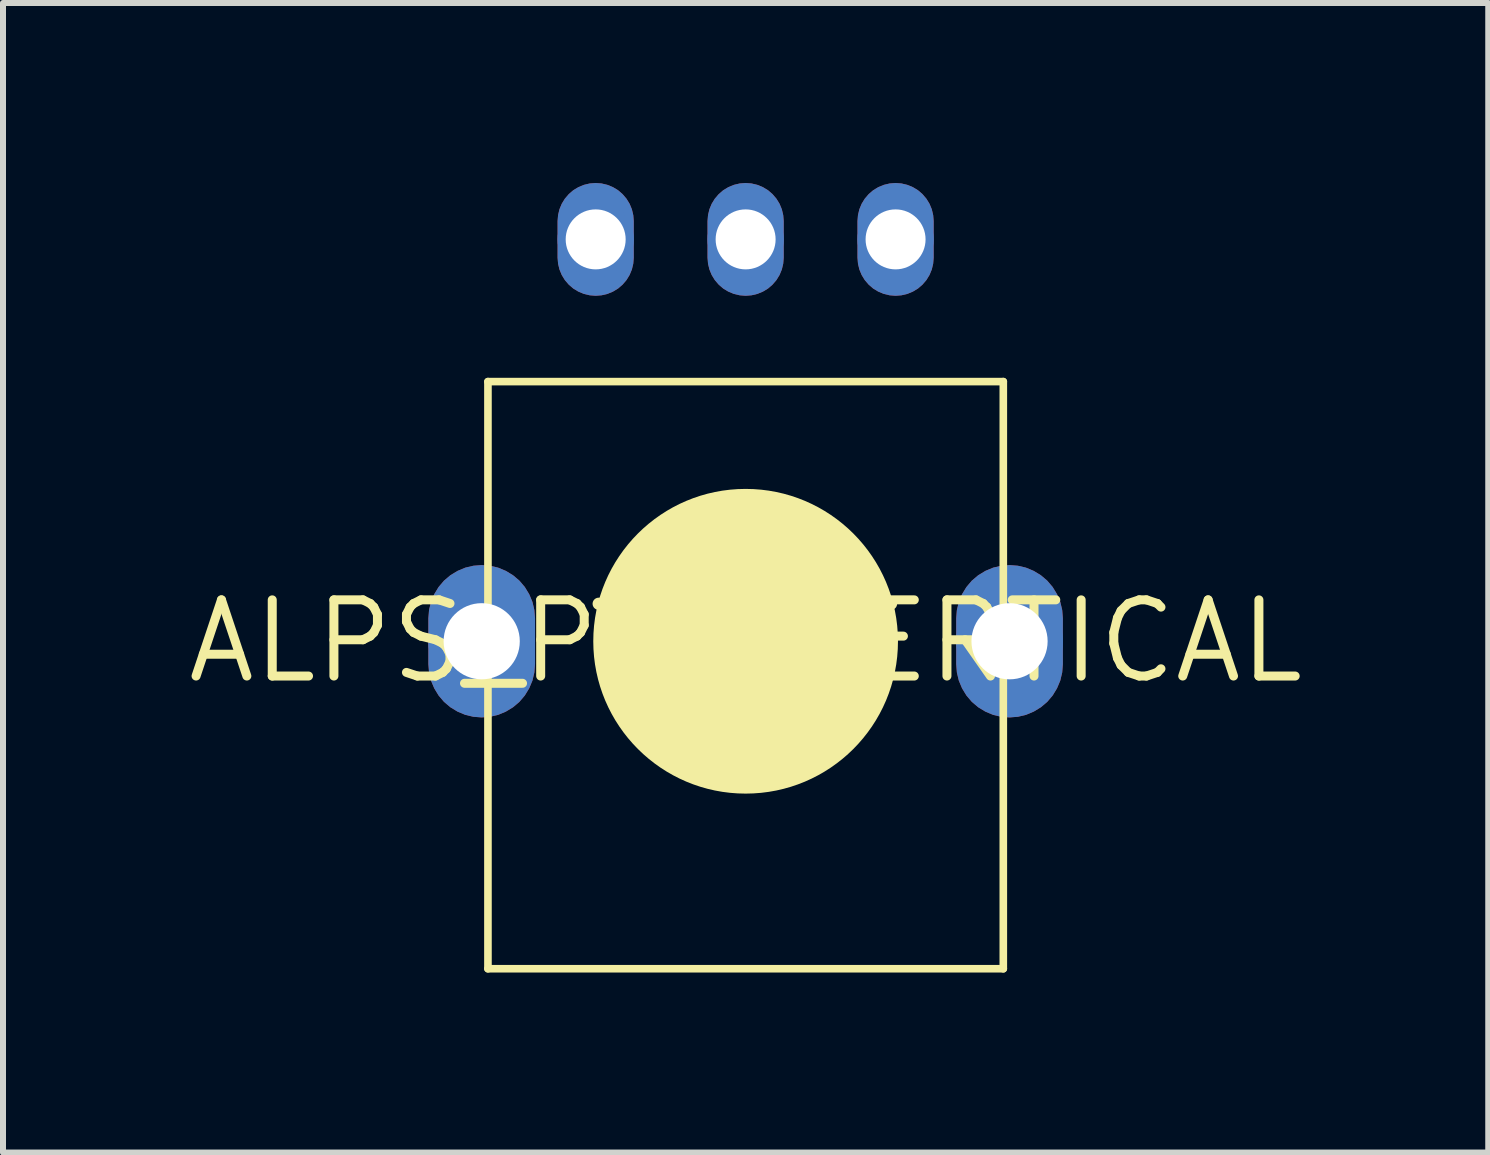
<source format=kicad_pcb>
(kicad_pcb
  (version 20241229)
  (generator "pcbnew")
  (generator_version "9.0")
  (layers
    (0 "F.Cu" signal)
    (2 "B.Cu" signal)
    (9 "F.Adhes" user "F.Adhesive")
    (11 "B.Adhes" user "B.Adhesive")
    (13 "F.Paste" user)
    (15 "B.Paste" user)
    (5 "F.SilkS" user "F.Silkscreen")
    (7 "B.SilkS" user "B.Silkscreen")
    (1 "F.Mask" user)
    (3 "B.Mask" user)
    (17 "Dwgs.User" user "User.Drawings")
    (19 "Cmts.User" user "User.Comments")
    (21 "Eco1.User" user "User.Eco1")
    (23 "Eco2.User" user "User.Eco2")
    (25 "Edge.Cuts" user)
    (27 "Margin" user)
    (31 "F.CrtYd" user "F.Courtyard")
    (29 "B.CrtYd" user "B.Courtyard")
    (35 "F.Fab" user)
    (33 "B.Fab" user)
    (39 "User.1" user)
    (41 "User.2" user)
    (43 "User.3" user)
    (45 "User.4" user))
  (footprint "ALPS_POT_VERTICAL"
    (layer "F.Cu")
    (at 9.381 7.641)
    (property "Reference" "ALPS_POT_VERTICAL" (at 0 0 0) (layer "F.SilkS") (effects (font (size 1.27 1.27) (thickness 0.15))))
    (fp_poly (pts (xy -4.261 -1.259) (xy -4.126 -1.227) (xy -3.997 -1.173) (xy -3.877 -1.1) (xy -3.771 -1.01) (xy -3.681 -0.904) (xy -3.608 -0.784) (xy -3.554 -0.655) (xy -3.522 -0.52) (xy -3.511 -0.381) (xy -3.511 0.381) (xy -3.522 0.52) (xy -3.554 0.655) (xy -3.608 0.784) (xy -3.681 0.904) (xy -3.771 1.01) (xy -3.877 1.1) (xy -3.997 1.173) (xy -4.126 1.227) (xy -4.261 1.259) (xy -4.4 1.27) (xy -4.539 1.259) (xy -4.674 1.227) (xy -4.803 1.173) (xy -4.923 1.1) (xy -5.029 1.01) (xy -5.119 0.904) (xy -5.192 0.784) (xy -5.246 0.655) (xy -5.278 0.52) (xy -5.289 0.381) (xy -5.289 -0.381) (xy -5.278 -0.52) (xy -5.246 -0.655) (xy -5.192 -0.784) (xy -5.119 -0.904) (xy -5.029 -1.01) (xy -4.923 -1.1) (xy -4.803 -1.173) (xy -4.674 -1.227) (xy -4.539 -1.259) (xy -4.4 -1.27)) (stroke (width 0) (type default)) (fill yes) (layer "F.Cu"))
    (fp_poly (pts (xy -2.401 -7.632) (xy -2.304 -7.609) (xy -2.212 -7.571) (xy -2.126 -7.519) (xy -2.051 -7.454) (xy -1.986 -7.378) (xy -1.934 -7.293) (xy -1.896 -7.201) (xy -1.873 -7.104) (xy -1.865 -7.005) (xy -1.865 -6.395) (xy -1.873 -6.296) (xy -1.896 -6.199) (xy -1.934 -6.107) (xy -1.986 -6.022) (xy -2.051 -5.946) (xy -2.126 -5.881) (xy -2.212 -5.829) (xy -2.304 -5.791) (xy -2.401 -5.768) (xy -2.5 -5.76) (xy -2.599 -5.768) (xy -2.696 -5.791) (xy -2.788 -5.829) (xy -2.874 -5.881) (xy -2.949 -5.946) (xy -3.014 -6.022) (xy -3.066 -6.107) (xy -3.104 -6.199) (xy -3.127 -6.296) (xy -3.135 -6.395) (xy -3.135 -7.005) (xy -3.127 -7.104) (xy -3.104 -7.201) (xy -3.066 -7.293) (xy -3.014 -7.378) (xy -2.949 -7.454) (xy -2.874 -7.519) (xy -2.788 -7.571) (xy -2.696 -7.609) (xy -2.599 -7.632) (xy -2.5 -7.64)) (stroke (width 0) (type default)) (fill yes) (layer "F.Cu"))
    (fp_poly (pts (xy 0.099 -7.632) (xy 0.196 -7.609) (xy 0.288 -7.571) (xy 0.374 -7.519) (xy 0.449 -7.454) (xy 0.514 -7.378) (xy 0.566 -7.293) (xy 0.604 -7.201) (xy 0.627 -7.104) (xy 0.635 -7.005) (xy 0.635 -6.395) (xy 0.627 -6.296) (xy 0.604 -6.199) (xy 0.566 -6.107) (xy 0.514 -6.022) (xy 0.449 -5.946) (xy 0.374 -5.881) (xy 0.288 -5.829) (xy 0.196 -5.791) (xy 0.099 -5.768) (xy 0 -5.76) (xy -0.099 -5.768) (xy -0.196 -5.791) (xy -0.288 -5.829) (xy -0.374 -5.881) (xy -0.449 -5.946) (xy -0.514 -6.022) (xy -0.566 -6.107) (xy -0.604 -6.199) (xy -0.627 -6.296) (xy -0.635 -6.395) (xy -0.635 -7.005) (xy -0.627 -7.104) (xy -0.604 -7.201) (xy -0.566 -7.293) (xy -0.514 -7.378) (xy -0.449 -7.454) (xy -0.374 -7.519) (xy -0.288 -7.571) (xy -0.196 -7.609) (xy -0.099 -7.632) (xy 0 -7.64)) (stroke (width 0) (type default)) (fill yes) (layer "F.Cu"))
    (fp_poly (pts (xy 2.599 -7.632) (xy 2.696 -7.609) (xy 2.788 -7.571) (xy 2.874 -7.519) (xy 2.949 -7.454) (xy 3.014 -7.378) (xy 3.066 -7.293) (xy 3.104 -7.201) (xy 3.127 -7.104) (xy 3.135 -7.005) (xy 3.135 -6.395) (xy 3.127 -6.296) (xy 3.104 -6.199) (xy 3.066 -6.107) (xy 3.014 -6.022) (xy 2.949 -5.946) (xy 2.874 -5.881) (xy 2.788 -5.829) (xy 2.696 -5.791) (xy 2.599 -5.768) (xy 2.5 -5.76) (xy 2.401 -5.768) (xy 2.304 -5.791) (xy 2.212 -5.829) (xy 2.126 -5.881) (xy 2.051 -5.946) (xy 1.986 -6.022) (xy 1.934 -6.107) (xy 1.896 -6.199) (xy 1.873 -6.296) (xy 1.865 -6.395) (xy 1.865 -7.005) (xy 1.873 -7.104) (xy 1.896 -7.201) (xy 1.934 -7.293) (xy 1.986 -7.378) (xy 2.051 -7.454) (xy 2.126 -7.519) (xy 2.212 -7.571) (xy 2.304 -7.609) (xy 2.401 -7.632) (xy 2.5 -7.64)) (stroke (width 0) (type default)) (fill yes) (layer "F.Cu"))
    (fp_poly (pts (xy 4.539 -1.259) (xy 4.674 -1.227) (xy 4.803 -1.173) (xy 4.923 -1.1) (xy 5.029 -1.01) (xy 5.119 -0.904) (xy 5.192 -0.784) (xy 5.246 -0.655) (xy 5.278 -0.52) (xy 5.289 -0.381) (xy 5.289 0.381) (xy 5.278 0.52) (xy 5.246 0.655) (xy 5.192 0.784) (xy 5.119 0.904) (xy 5.029 1.01) (xy 4.923 1.1) (xy 4.803 1.173) (xy 4.674 1.227) (xy 4.539 1.259) (xy 4.4 1.27) (xy 4.261 1.259) (xy 4.126 1.227) (xy 3.997 1.173) (xy 3.877 1.1) (xy 3.771 1.01) (xy 3.681 0.904) (xy 3.608 0.784) (xy 3.554 0.655) (xy 3.522 0.52) (xy 3.511 0.381) (xy 3.511 -0.381) (xy 3.522 -0.52) (xy 3.554 -0.655) (xy 3.608 -0.784) (xy 3.681 -0.904) (xy 3.771 -1.01) (xy 3.877 -1.1) (xy 3.997 -1.173) (xy 4.126 -1.227) (xy 4.261 -1.259) (xy 4.4 -1.27)) (stroke (width 0) (type default)) (fill yes) (layer "F.Cu"))
    (fp_poly (pts (xy -4.261 -1.26) (xy -4.125 -1.227) (xy -3.996 -1.174) (xy -3.876 -1.101) (xy -3.77 -1.011) (xy -3.68 -0.905) (xy -3.607 -0.785) (xy -3.554 -0.656) (xy -3.521 -0.52) (xy -3.51 -0.381) (xy -3.51 0.381) (xy -3.521 0.52) (xy -3.554 0.656) (xy -3.607 0.785) (xy -3.68 0.905) (xy -3.77 1.011) (xy -3.876 1.101) (xy -3.996 1.174) (xy -4.125 1.227) (xy -4.261 1.26) (xy -4.4 1.271) (xy -4.539 1.26) (xy -4.675 1.227) (xy -4.804 1.174) (xy -4.924 1.101) (xy -5.03 1.011) (xy -5.12 0.905) (xy -5.193 0.785) (xy -5.246 0.656) (xy -5.279 0.52) (xy -5.29 0.381) (xy -5.29 -0.381) (xy -5.279 -0.52) (xy -5.246 -0.656) (xy -5.193 -0.785) (xy -5.12 -0.905) (xy -5.03 -1.011) (xy -4.924 -1.101) (xy -4.804 -1.174) (xy -4.675 -1.227) (xy -4.539 -1.26) (xy -4.4 -1.271)) (stroke (width 0) (type default)) (fill yes) (layer "F.Mask"))
    (fp_poly (pts (xy -2.401 -7.633) (xy -2.304 -7.61) (xy -2.212 -7.572) (xy -2.126 -7.52) (xy -2.05 -7.455) (xy -1.985 -7.379) (xy -1.933 -7.293) (xy -1.895 -7.201) (xy -1.872 -7.104) (xy -1.864 -7.005) (xy -1.864 -6.395) (xy -1.872 -6.296) (xy -1.895 -6.199) (xy -1.933 -6.107) (xy -1.985 -6.021) (xy -2.05 -5.945) (xy -2.126 -5.88) (xy -2.212 -5.828) (xy -2.304 -5.79) (xy -2.401 -5.767) (xy -2.5 -5.759) (xy -2.599 -5.767) (xy -2.696 -5.79) (xy -2.788 -5.828) (xy -2.874 -5.88) (xy -2.95 -5.945) (xy -3.015 -6.021) (xy -3.067 -6.107) (xy -3.105 -6.199) (xy -3.128 -6.296) (xy -3.136 -6.395) (xy -3.136 -7.005) (xy -3.128 -7.104) (xy -3.105 -7.201) (xy -3.067 -7.293) (xy -3.015 -7.379) (xy -2.95 -7.455) (xy -2.874 -7.52) (xy -2.788 -7.572) (xy -2.696 -7.61) (xy -2.599 -7.633) (xy -2.5 -7.641)) (stroke (width 0) (type default)) (fill yes) (layer "F.Mask"))
    (fp_poly (pts (xy 0.099 -7.633) (xy 0.196 -7.61) (xy 0.288 -7.572) (xy 0.374 -7.52) (xy 0.45 -7.455) (xy 0.515 -7.379) (xy 0.567 -7.293) (xy 0.605 -7.201) (xy 0.628 -7.104) (xy 0.636 -7.005) (xy 0.636 -6.395) (xy 0.628 -6.296) (xy 0.605 -6.199) (xy 0.567 -6.107) (xy 0.515 -6.021) (xy 0.45 -5.945) (xy 0.374 -5.88) (xy 0.288 -5.828) (xy 0.196 -5.79) (xy 0.099 -5.767) (xy 0 -5.759) (xy -0.099 -5.767) (xy -0.196 -5.79) (xy -0.288 -5.828) (xy -0.374 -5.88) (xy -0.45 -5.945) (xy -0.515 -6.021) (xy -0.567 -6.107) (xy -0.605 -6.199) (xy -0.628 -6.296) (xy -0.636 -6.395) (xy -0.636 -7.005) (xy -0.628 -7.104) (xy -0.605 -7.201) (xy -0.567 -7.293) (xy -0.515 -7.379) (xy -0.45 -7.455) (xy -0.374 -7.52) (xy -0.288 -7.572) (xy -0.196 -7.61) (xy -0.099 -7.633) (xy 0 -7.641)) (stroke (width 0) (type default)) (fill yes) (layer "F.Mask"))
    (fp_poly (pts (xy 2.599 -7.633) (xy 2.696 -7.61) (xy 2.788 -7.572) (xy 2.874 -7.52) (xy 2.95 -7.455) (xy 3.015 -7.379) (xy 3.067 -7.293) (xy 3.105 -7.201) (xy 3.128 -7.104) (xy 3.136 -7.005) (xy 3.136 -6.395) (xy 3.128 -6.296) (xy 3.105 -6.199) (xy 3.067 -6.107) (xy 3.015 -6.021) (xy 2.95 -5.945) (xy 2.874 -5.88) (xy 2.788 -5.828) (xy 2.696 -5.79) (xy 2.599 -5.767) (xy 2.5 -5.759) (xy 2.401 -5.767) (xy 2.304 -5.79) (xy 2.212 -5.828) (xy 2.126 -5.88) (xy 2.05 -5.945) (xy 1.985 -6.021) (xy 1.933 -6.107) (xy 1.895 -6.199) (xy 1.872 -6.296) (xy 1.864 -6.395) (xy 1.864 -7.005) (xy 1.872 -7.104) (xy 1.895 -7.201) (xy 1.933 -7.293) (xy 1.985 -7.379) (xy 2.05 -7.455) (xy 2.126 -7.52) (xy 2.212 -7.572) (xy 2.304 -7.61) (xy 2.401 -7.633) (xy 2.5 -7.641)) (stroke (width 0) (type default)) (fill yes) (layer "F.Mask"))
    (fp_poly (pts (xy 4.539 -1.26) (xy 4.675 -1.227) (xy 4.804 -1.174) (xy 4.924 -1.101) (xy 5.03 -1.011) (xy 5.12 -0.905) (xy 5.193 -0.785) (xy 5.246 -0.656) (xy 5.279 -0.52) (xy 5.29 -0.381) (xy 5.29 0.381) (xy 5.279 0.52) (xy 5.246 0.656) (xy 5.193 0.785) (xy 5.12 0.905) (xy 5.03 1.011) (xy 4.924 1.101) (xy 4.804 1.174) (xy 4.675 1.227) (xy 4.539 1.26) (xy 4.4 1.271) (xy 4.261 1.26) (xy 4.125 1.227) (xy 3.996 1.174) (xy 3.876 1.101) (xy 3.77 1.011) (xy 3.68 0.905) (xy 3.607 0.785) (xy 3.554 0.656) (xy 3.521 0.52) (xy 3.51 0.381) (xy 3.51 -0.381) (xy 3.521 -0.52) (xy 3.554 -0.656) (xy 3.607 -0.785) (xy 3.68 -0.905) (xy 3.77 -1.011) (xy 3.876 -1.101) (xy 3.996 -1.174) (xy 4.125 -1.227) (xy 4.261 -1.26) (xy 4.4 -1.271)) (stroke (width 0) (type default)) (fill yes) (layer "F.Mask"))
    (fp_poly (pts (xy -4.261 -1.259) (xy -4.126 -1.227) (xy -3.997 -1.173) (xy -3.877 -1.1) (xy -3.771 -1.01) (xy -3.681 -0.904) (xy -3.608 -0.784) (xy -3.554 -0.655) (xy -3.522 -0.52) (xy -3.511 -0.381) (xy -3.511 0.381) (xy -3.522 0.52) (xy -3.554 0.655) (xy -3.608 0.784) (xy -3.681 0.904) (xy -3.771 1.01) (xy -3.877 1.1) (xy -3.997 1.173) (xy -4.126 1.227) (xy -4.261 1.259) (xy -4.4 1.27) (xy -4.539 1.259) (xy -4.674 1.227) (xy -4.803 1.173) (xy -4.923 1.1) (xy -5.029 1.01) (xy -5.119 0.904) (xy -5.192 0.784) (xy -5.246 0.655) (xy -5.278 0.52) (xy -5.289 0.381) (xy -5.289 -0.381) (xy -5.278 -0.52) (xy -5.246 -0.655) (xy -5.192 -0.784) (xy -5.119 -0.904) (xy -5.029 -1.01) (xy -4.923 -1.1) (xy -4.803 -1.173) (xy -4.674 -1.227) (xy -4.539 -1.259) (xy -4.4 -1.27)) (stroke (width 0) (type default)) (fill yes) (layer "B.Cu"))
    (fp_poly (pts (xy -2.401 -7.632) (xy -2.304 -7.609) (xy -2.212 -7.571) (xy -2.126 -7.519) (xy -2.051 -7.454) (xy -1.986 -7.378) (xy -1.934 -7.293) (xy -1.896 -7.201) (xy -1.873 -7.104) (xy -1.865 -7.005) (xy -1.865 -6.395) (xy -1.873 -6.296) (xy -1.896 -6.199) (xy -1.934 -6.107) (xy -1.986 -6.022) (xy -2.051 -5.946) (xy -2.126 -5.881) (xy -2.212 -5.829) (xy -2.304 -5.791) (xy -2.401 -5.768) (xy -2.5 -5.76) (xy -2.599 -5.768) (xy -2.696 -5.791) (xy -2.788 -5.829) (xy -2.874 -5.881) (xy -2.949 -5.946) (xy -3.014 -6.022) (xy -3.066 -6.107) (xy -3.104 -6.199) (xy -3.127 -6.296) (xy -3.135 -6.395) (xy -3.135 -7.005) (xy -3.127 -7.104) (xy -3.104 -7.201) (xy -3.066 -7.293) (xy -3.014 -7.378) (xy -2.949 -7.454) (xy -2.874 -7.519) (xy -2.788 -7.571) (xy -2.696 -7.609) (xy -2.599 -7.632) (xy -2.5 -7.64)) (stroke (width 0) (type default)) (fill yes) (layer "B.Cu"))
    (fp_poly (pts (xy 0.099 -7.632) (xy 0.196 -7.609) (xy 0.288 -7.571) (xy 0.374 -7.519) (xy 0.449 -7.454) (xy 0.514 -7.378) (xy 0.566 -7.293) (xy 0.604 -7.201) (xy 0.627 -7.104) (xy 0.635 -7.005) (xy 0.635 -6.395) (xy 0.627 -6.296) (xy 0.604 -6.199) (xy 0.566 -6.107) (xy 0.514 -6.022) (xy 0.449 -5.946) (xy 0.374 -5.881) (xy 0.288 -5.829) (xy 0.196 -5.791) (xy 0.099 -5.768) (xy 0 -5.76) (xy -0.099 -5.768) (xy -0.196 -5.791) (xy -0.288 -5.829) (xy -0.374 -5.881) (xy -0.449 -5.946) (xy -0.514 -6.022) (xy -0.566 -6.107) (xy -0.604 -6.199) (xy -0.627 -6.296) (xy -0.635 -6.395) (xy -0.635 -7.005) (xy -0.627 -7.104) (xy -0.604 -7.201) (xy -0.566 -7.293) (xy -0.514 -7.378) (xy -0.449 -7.454) (xy -0.374 -7.519) (xy -0.288 -7.571) (xy -0.196 -7.609) (xy -0.099 -7.632) (xy 0 -7.64)) (stroke (width 0) (type default)) (fill yes) (layer "B.Cu"))
    (fp_poly (pts (xy 2.599 -7.632) (xy 2.696 -7.609) (xy 2.788 -7.571) (xy 2.874 -7.519) (xy 2.949 -7.454) (xy 3.014 -7.378) (xy 3.066 -7.293) (xy 3.104 -7.201) (xy 3.127 -7.104) (xy 3.135 -7.005) (xy 3.135 -6.395) (xy 3.127 -6.296) (xy 3.104 -6.199) (xy 3.066 -6.107) (xy 3.014 -6.022) (xy 2.949 -5.946) (xy 2.874 -5.881) (xy 2.788 -5.829) (xy 2.696 -5.791) (xy 2.599 -5.768) (xy 2.5 -5.76) (xy 2.401 -5.768) (xy 2.304 -5.791) (xy 2.212 -5.829) (xy 2.126 -5.881) (xy 2.051 -5.946) (xy 1.986 -6.022) (xy 1.934 -6.107) (xy 1.896 -6.199) (xy 1.873 -6.296) (xy 1.865 -6.395) (xy 1.865 -7.005) (xy 1.873 -7.104) (xy 1.896 -7.201) (xy 1.934 -7.293) (xy 1.986 -7.378) (xy 2.051 -7.454) (xy 2.126 -7.519) (xy 2.212 -7.571) (xy 2.304 -7.609) (xy 2.401 -7.632) (xy 2.5 -7.64)) (stroke (width 0) (type default)) (fill yes) (layer "B.Cu"))
    (fp_poly (pts (xy 4.539 -1.259) (xy 4.674 -1.227) (xy 4.803 -1.173) (xy 4.923 -1.1) (xy 5.029 -1.01) (xy 5.119 -0.904) (xy 5.192 -0.784) (xy 5.246 -0.655) (xy 5.278 -0.52) (xy 5.289 -0.381) (xy 5.289 0.381) (xy 5.278 0.52) (xy 5.246 0.655) (xy 5.192 0.784) (xy 5.119 0.904) (xy 5.029 1.01) (xy 4.923 1.1) (xy 4.803 1.173) (xy 4.674 1.227) (xy 4.539 1.259) (xy 4.4 1.27) (xy 4.261 1.259) (xy 4.126 1.227) (xy 3.997 1.173) (xy 3.877 1.1) (xy 3.771 1.01) (xy 3.681 0.904) (xy 3.608 0.784) (xy 3.554 0.655) (xy 3.522 0.52) (xy 3.511 0.381) (xy 3.511 -0.381) (xy 3.522 -0.52) (xy 3.554 -0.655) (xy 3.608 -0.784) (xy 3.681 -0.904) (xy 3.771 -1.01) (xy 3.877 -1.1) (xy 3.997 -1.173) (xy 4.126 -1.227) (xy 4.261 -1.259) (xy 4.4 -1.27)) (stroke (width 0) (type default)) (fill yes) (layer "B.Cu"))
    (fp_poly (pts (xy -4.261 -1.26) (xy -4.125 -1.227) (xy -3.996 -1.174) (xy -3.876 -1.101) (xy -3.77 -1.011) (xy -3.68 -0.905) (xy -3.607 -0.785) (xy -3.554 -0.656) (xy -3.521 -0.52) (xy -3.51 -0.381) (xy -3.51 0.381) (xy -3.521 0.52) (xy -3.554 0.656) (xy -3.607 0.785) (xy -3.68 0.905) (xy -3.77 1.011) (xy -3.876 1.101) (xy -3.996 1.174) (xy -4.125 1.227) (xy -4.261 1.26) (xy -4.4 1.271) (xy -4.539 1.26) (xy -4.675 1.227) (xy -4.804 1.174) (xy -4.924 1.101) (xy -5.03 1.011) (xy -5.12 0.905) (xy -5.193 0.785) (xy -5.246 0.656) (xy -5.279 0.52) (xy -5.29 0.381) (xy -5.29 -0.381) (xy -5.279 -0.52) (xy -5.246 -0.656) (xy -5.193 -0.785) (xy -5.12 -0.905) (xy -5.03 -1.011) (xy -4.924 -1.101) (xy -4.804 -1.174) (xy -4.675 -1.227) (xy -4.539 -1.26) (xy -4.4 -1.271)) (stroke (width 0) (type default)) (fill yes) (layer "B.Mask"))
    (fp_poly (pts (xy -2.401 -7.633) (xy -2.304 -7.61) (xy -2.212 -7.572) (xy -2.126 -7.52) (xy -2.05 -7.455) (xy -1.985 -7.379) (xy -1.933 -7.293) (xy -1.895 -7.201) (xy -1.872 -7.104) (xy -1.864 -7.005) (xy -1.864 -6.395) (xy -1.872 -6.296) (xy -1.895 -6.199) (xy -1.933 -6.107) (xy -1.985 -6.021) (xy -2.05 -5.945) (xy -2.126 -5.88) (xy -2.212 -5.828) (xy -2.304 -5.79) (xy -2.401 -5.767) (xy -2.5 -5.759) (xy -2.599 -5.767) (xy -2.696 -5.79) (xy -2.788 -5.828) (xy -2.874 -5.88) (xy -2.95 -5.945) (xy -3.015 -6.021) (xy -3.067 -6.107) (xy -3.105 -6.199) (xy -3.128 -6.296) (xy -3.136 -6.395) (xy -3.136 -7.005) (xy -3.128 -7.104) (xy -3.105 -7.201) (xy -3.067 -7.293) (xy -3.015 -7.379) (xy -2.95 -7.455) (xy -2.874 -7.52) (xy -2.788 -7.572) (xy -2.696 -7.61) (xy -2.599 -7.633) (xy -2.5 -7.641)) (stroke (width 0) (type default)) (fill yes) (layer "B.Mask"))
    (fp_poly (pts (xy 0.099 -7.633) (xy 0.196 -7.61) (xy 0.288 -7.572) (xy 0.374 -7.52) (xy 0.45 -7.455) (xy 0.515 -7.379) (xy 0.567 -7.293) (xy 0.605 -7.201) (xy 0.628 -7.104) (xy 0.636 -7.005) (xy 0.636 -6.395) (xy 0.628 -6.296) (xy 0.605 -6.199) (xy 0.567 -6.107) (xy 0.515 -6.021) (xy 0.45 -5.945) (xy 0.374 -5.88) (xy 0.288 -5.828) (xy 0.196 -5.79) (xy 0.099 -5.767) (xy 0 -5.759) (xy -0.099 -5.767) (xy -0.196 -5.79) (xy -0.288 -5.828) (xy -0.374 -5.88) (xy -0.45 -5.945) (xy -0.515 -6.021) (xy -0.567 -6.107) (xy -0.605 -6.199) (xy -0.628 -6.296) (xy -0.636 -6.395) (xy -0.636 -7.005) (xy -0.628 -7.104) (xy -0.605 -7.201) (xy -0.567 -7.293) (xy -0.515 -7.379) (xy -0.45 -7.455) (xy -0.374 -7.52) (xy -0.288 -7.572) (xy -0.196 -7.61) (xy -0.099 -7.633) (xy 0 -7.641)) (stroke (width 0) (type default)) (fill yes) (layer "B.Mask"))
    (fp_poly (pts (xy 2.599 -7.633) (xy 2.696 -7.61) (xy 2.788 -7.572) (xy 2.874 -7.52) (xy 2.95 -7.455) (xy 3.015 -7.379) (xy 3.067 -7.293) (xy 3.105 -7.201) (xy 3.128 -7.104) (xy 3.136 -7.005) (xy 3.136 -6.395) (xy 3.128 -6.296) (xy 3.105 -6.199) (xy 3.067 -6.107) (xy 3.015 -6.021) (xy 2.95 -5.945) (xy 2.874 -5.88) (xy 2.788 -5.828) (xy 2.696 -5.79) (xy 2.599 -5.767) (xy 2.5 -5.759) (xy 2.401 -5.767) (xy 2.304 -5.79) (xy 2.212 -5.828) (xy 2.126 -5.88) (xy 2.05 -5.945) (xy 1.985 -6.021) (xy 1.933 -6.107) (xy 1.895 -6.199) (xy 1.872 -6.296) (xy 1.864 -6.395) (xy 1.864 -7.005) (xy 1.872 -7.104) (xy 1.895 -7.201) (xy 1.933 -7.293) (xy 1.985 -7.379) (xy 2.05 -7.455) (xy 2.126 -7.52) (xy 2.212 -7.572) (xy 2.304 -7.61) (xy 2.401 -7.633) (xy 2.5 -7.641)) (stroke (width 0) (type default)) (fill yes) (layer "B.Mask"))
    (fp_poly (pts (xy 4.539 -1.26) (xy 4.675 -1.227) (xy 4.804 -1.174) (xy 4.924 -1.101) (xy 5.03 -1.011) (xy 5.12 -0.905) (xy 5.193 -0.785) (xy 5.246 -0.656) (xy 5.279 -0.52) (xy 5.29 -0.381) (xy 5.29 0.381) (xy 5.279 0.52) (xy 5.246 0.656) (xy 5.193 0.785) (xy 5.12 0.905) (xy 5.03 1.011) (xy 4.924 1.101) (xy 4.804 1.174) (xy 4.675 1.227) (xy 4.539 1.26) (xy 4.4 1.271) (xy 4.261 1.26) (xy 4.125 1.227) (xy 3.996 1.174) (xy 3.876 1.101) (xy 3.77 1.011) (xy 3.68 0.905) (xy 3.607 0.785) (xy 3.554 0.656) (xy 3.521 0.52) (xy 3.51 0.381) (xy 3.51 -0.381) (xy 3.521 -0.52) (xy 3.554 -0.656) (xy 3.607 -0.785) (xy 3.68 -0.905) (xy 3.77 -1.011) (xy 3.876 -1.101) (xy 3.996 -1.174) (xy 4.125 -1.227) (xy 4.261 -1.26) (xy 4.4 -1.271)) (stroke (width 0) (type default)) (fill yes) (layer "B.Mask"))
    (fp_line (start -4.296 -4.329) (end 4.296 -4.329) (stroke (width 0.127) (type solid)) (layer "F.SilkS"))
    (fp_line (start -4.296 5.46) (end -4.296 -4.329) (stroke (width 0.127) (type solid)) (layer "F.SilkS"))
    (fp_line (start -2.45 -0.625) (end 2.424 -0.625) (stroke (width 0.203) (type solid)) (layer "F.SilkS"))
    (fp_line (start -1.099 -0.625) (end 1.099 -0.625) (stroke (width 0.203) (type solid)) (layer "F.SilkS"))
    (fp_line (start 4.296 -4.329) (end 4.296 5.46) (stroke (width 0.127) (type solid)) (layer "F.SilkS"))
    (fp_line (start 4.296 5.46) (end -4.296 5.46) (stroke (width 0.127) (type solid)) (layer "F.SilkS"))
    (fp_arc (start 1.098999 -0.625001) (mid 0.000001 1.26521) (end -1.099 -0.625) (stroke (width 0.203) (type solid)) (layer "F.SilkS"))
    (fp_circle (center 0 0) (end 1.27 0) (stroke (width 2.54) (type solid)) (fill yes) (layer "F.SilkS"))
    (pad "P$1" thru_hole circle (at -2.5 -6.7) (size 1.27 1.27) (drill 1) (layers "*.Cu"))
    (pad "P$2" thru_hole circle (at 0 -6.7) (size 1.27 1.27) (drill 1) (layers "*.Cu"))
    (pad "P$3" thru_hole circle (at 2.5 -6.7) (size 1.27 1.27) (drill 1) (layers "*.Cu"))
    (pad "P$4" thru_hole circle (at -4.4 0) (size 1.778 1.778) (drill 1.27) (layers "*.Cu"))
    (pad "P$5" thru_hole circle (at 4.4 0) (size 1.778 1.778) (drill 1.27) (layers "*.Cu")))
  (gr_rect
    (start -3 -3)
    (end 21.762 16.165)
    (stroke (width 0.1) (type default))
    (fill no)
    (layer "Edge.Cuts")))
</source>
